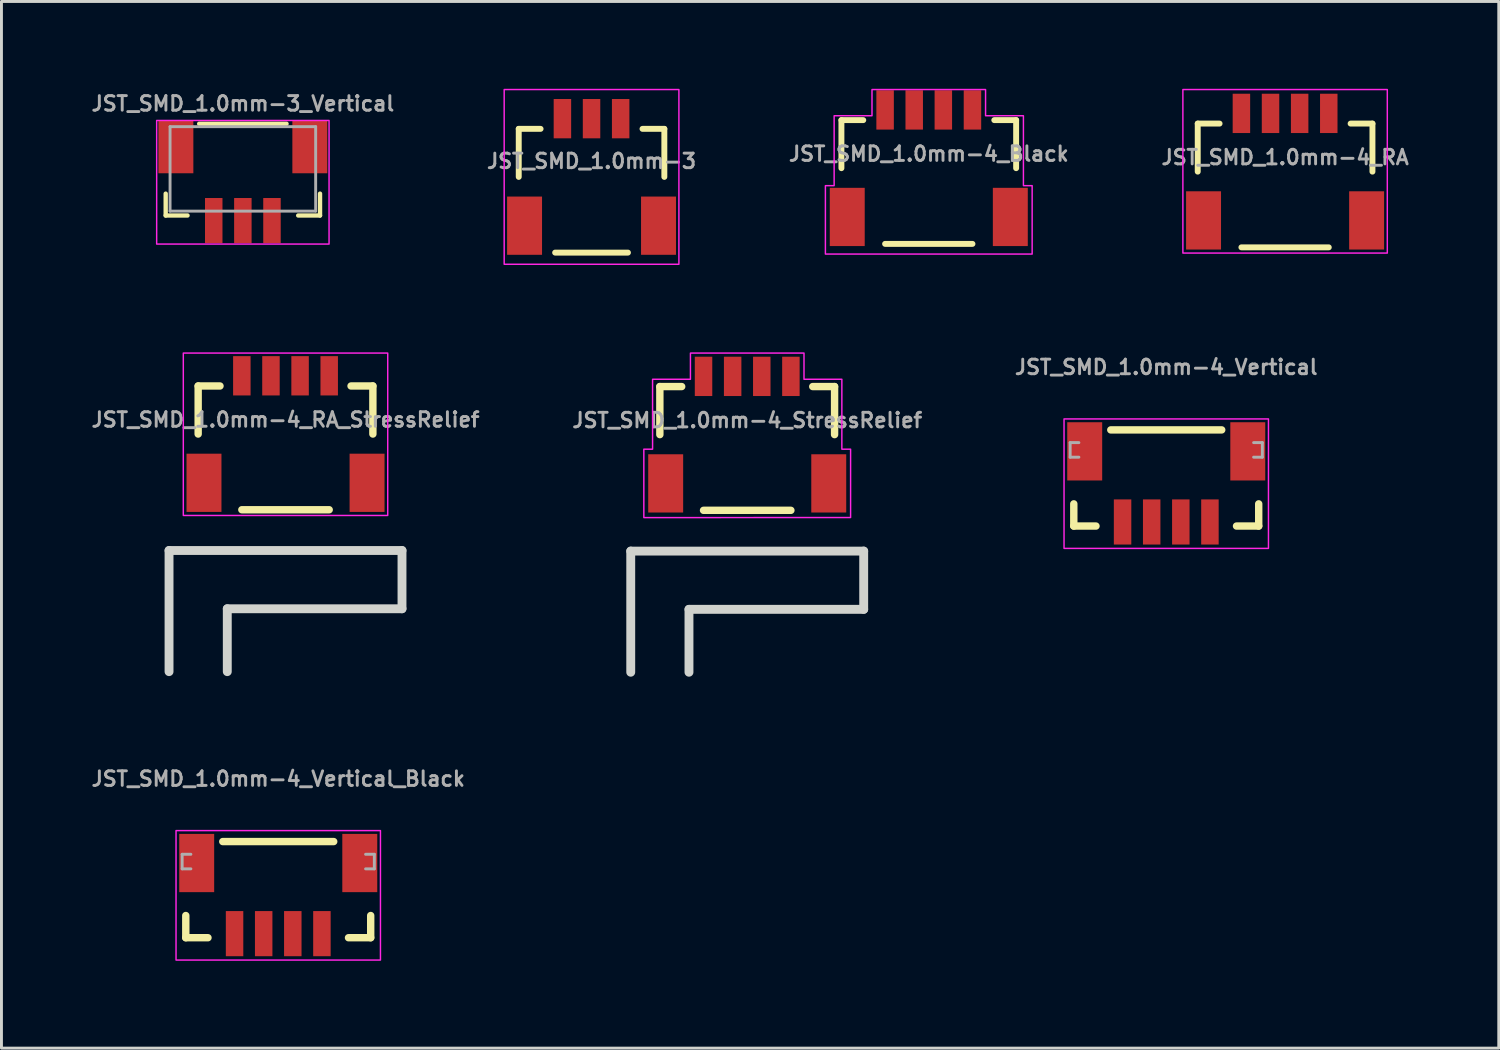
<source format=kicad_pcb>
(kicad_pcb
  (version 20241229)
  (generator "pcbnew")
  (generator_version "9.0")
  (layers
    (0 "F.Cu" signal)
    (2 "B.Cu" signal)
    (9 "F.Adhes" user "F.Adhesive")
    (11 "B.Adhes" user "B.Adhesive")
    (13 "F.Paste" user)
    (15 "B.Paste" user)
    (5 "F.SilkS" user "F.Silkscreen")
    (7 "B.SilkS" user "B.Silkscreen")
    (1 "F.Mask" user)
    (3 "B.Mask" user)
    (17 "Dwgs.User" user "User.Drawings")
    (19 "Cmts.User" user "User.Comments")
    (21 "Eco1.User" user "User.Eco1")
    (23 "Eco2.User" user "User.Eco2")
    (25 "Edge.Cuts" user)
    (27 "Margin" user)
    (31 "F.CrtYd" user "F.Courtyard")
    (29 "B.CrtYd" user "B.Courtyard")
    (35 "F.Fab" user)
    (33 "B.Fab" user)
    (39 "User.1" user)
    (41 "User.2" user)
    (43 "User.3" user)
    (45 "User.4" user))
  (footprint "JST_SMD_1.0mm-4_Vertical_Black"
    (layer "F.Cu")
    (at 6.505 27.501)
    (property "Reference" "JST_SMD_1.0mm-4_Vertical_Black" (at 0 -3.514 0) (layer "F.Fab") (effects (font (size 0.5 0.5) (thickness 0.1)) (justify bottom)))
    (attr smd)
    (fp_line (start -3.175 0.889) (end -3.175 1.651) (stroke (width 0.254) (type solid)) (layer "F.SilkS"))
    (fp_line (start -3.175 1.651) (end -2.413 1.651) (stroke (width 0.254) (type solid)) (layer "F.SilkS"))
    (fp_line (start 1.905 -1.651) (end -1.905 -1.651) (stroke (width 0.254) (type solid)) (layer "F.SilkS"))
    (fp_line (start 3.175 0.889) (end 3.175 1.651) (stroke (width 0.254) (type solid)) (layer "F.SilkS"))
    (fp_line (start 3.175 1.651) (end 2.413 1.651) (stroke (width 0.254) (type solid)) (layer "F.SilkS"))
    (fp_rect (start 3.51 -2.028) (end -3.51 2.418) (stroke (width 0.05) (type default)) (fill no) (layer "F.CrtYd"))
    (fp_line (start -3.3 -1.214) (end -3.3 -0.714) (stroke (width 0.1) (type solid)) (layer "F.Fab"))
    (fp_line (start -3.3 -0.714) (end -3 -0.714) (stroke (width 0.1) (type solid)) (layer "F.Fab"))
    (fp_line (start -3 -1.214) (end -3.3 -1.214) (stroke (width 0.1) (type solid)) (layer "F.Fab"))
    (fp_line (start 3 -0.714) (end 3.3 -0.714) (stroke (width 0.1) (type solid)) (layer "F.Fab"))
    (fp_line (start 3.3 -1.214) (end 3 -1.214) (stroke (width 0.1) (type solid)) (layer "F.Fab"))
    (fp_line (start 3.3 -0.714) (end 3.3 -1.214) (stroke (width 0.1) (type solid)) (layer "F.Fab"))
    (pad "1" smd rect (at -1.5 1.511) (size 0.6 1.55) (layers "F.Cu" "F.Mask" "F.Paste"))
    (pad "2" smd rect (at -0.5 1.511) (size 0.6 1.55) (layers "F.Cu" "F.Mask" "F.Paste"))
    (pad "3" smd rect (at 0.5 1.511) (size 0.6 1.55) (layers "F.Cu" "F.Mask" "F.Paste"))
    (pad "4" smd rect (at 1.5 1.511) (size 0.6 1.55) (layers "F.Cu" "F.Mask" "F.Paste"))
    (pad "NC1" smd rect (at -2.8 -0.914) (size 1.2 2) (layers "F.Cu" "F.Mask" "F.Paste"))
    (pad "NC2" smd rect (at 2.8 -0.914) (size 1.2 2) (layers "F.Cu" "F.Mask" "F.Paste")))
  (footprint "JST_SMD_1.0mm-4_StressRelief"
    (layer "F.Cu")
    (at 22.61 9.875)
    (property "Reference" "JST_SMD_1.0mm-4_StressRelief" (at 0 1.8 0) (layer "F.Fab") (effects (font (size 0.5 0.5) (thickness 0.1)) (justify bottom)))
    (attr smd)
    (fp_line (start -3 0.35) (end -2.25 0.35) (stroke (width 0.254) (type solid)) (layer "F.SilkS"))
    (fp_line (start -3 2) (end -3 0.35) (stroke (width 0.254) (type solid)) (layer "F.SilkS"))
    (fp_line (start -1.5 4.6) (end 1.5 4.6) (stroke (width 0.254) (type solid)) (layer "F.SilkS"))
    (fp_line (start 2.25 0.35) (end 3 0.35) (stroke (width 0.254) (type solid)) (layer "F.SilkS"))
    (fp_line (start 3 0.35) (end 3 2) (stroke (width 0.254) (type solid)) (layer "F.SilkS"))
    (fp_line (start -4 6) (end -4 10.16) (stroke (width 0.305) (type solid)) (layer "Edge.Cuts"))
    (fp_line (start -2 8) (end 4 8) (stroke (width 0.305) (type solid)) (layer "Edge.Cuts"))
    (fp_line (start -2 10.16) (end -2 8) (stroke (width 0.305) (type solid)) (layer "Edge.Cuts"))
    (fp_line (start 4 6) (end -4 6) (stroke (width 0.305) (type solid)) (layer "Edge.Cuts"))
    (fp_line (start 4 8) (end 4 6) (stroke (width 0.305) (type solid)) (layer "Edge.Cuts"))
    (fp_poly (pts (xy -3.55 4.85) (xy -3.55 2.5) (xy -3.25 2.5) (xy -3.25 0.1) (xy -1.95 0.1) (xy -1.95 -0.8) (xy 1.95 -0.8) (xy 1.95 0.1) (xy 3.25 0.1) (xy 3.25 2.5) (xy 3.55 2.5) (xy 3.55 4.847)) (stroke (width 0.05) (type solid)) (fill no) (layer "F.CrtYd"))
    (pad "1" smd rect (at -1.5 0) (size 0.6 1.35) (layers "F.Cu" "F.Mask" "F.Paste"))
    (pad "2" smd rect (at -0.5 0) (size 0.6 1.35) (layers "F.Cu" "F.Mask" "F.Paste"))
    (pad "3" smd rect (at 0.5 0) (size 0.6 1.35) (layers "F.Cu" "F.Mask" "F.Paste"))
    (pad "4" smd rect (at 1.5 0) (size 0.6 1.35) (layers "F.Cu" "F.Mask" "F.Paste"))
    (pad "NC1" smd rect (at 2.8 3.675) (size 1.2 2) (layers "F.Cu" "F.Mask" "F.Paste"))
    (pad "NC2" smd rect (at -2.8 3.675) (size 1.2 2) (layers "F.Cu" "F.Mask" "F.Paste")))
  (footprint "JST_SMD_1.0mm-4_RA"
    (layer "F.Cu")
    (at 41.081 0.844)
    (property "Reference" "JST_SMD_1.0mm-4_RA" (at 0 1.8 0) (layer "F.Fab") (effects (font (size 0.5 0.5) (thickness 0.1)) (justify bottom)))
    (fp_line (start -3 0.35) (end -2.25 0.35) (stroke (width 0.203) (type solid)) (layer "F.SilkS"))
    (fp_line (start -3 2) (end -3 0.35) (stroke (width 0.203) (type solid)) (layer "F.SilkS"))
    (fp_line (start -1.5 4.6) (end 1.5 4.6) (stroke (width 0.203) (type solid)) (layer "F.SilkS"))
    (fp_line (start 2.25 0.35) (end 3 0.35) (stroke (width 0.203) (type solid)) (layer "F.SilkS"))
    (fp_line (start 3 0.35) (end 3 2) (stroke (width 0.203) (type solid)) (layer "F.SilkS"))
    (fp_rect (start 3.51 4.797) (end -3.51 -0.819) (stroke (width 0.05) (type default)) (fill no) (layer "F.CrtYd"))
    (pad "1" smd rect (at -1.5 0) (size 0.6 1.35) (layers "F.Cu" "F.Mask" "F.Paste"))
    (pad "2" smd rect (at -0.5 0) (size 0.6 1.35) (layers "F.Cu" "F.Mask" "F.Paste"))
    (pad "3" smd rect (at 0.5 0) (size 0.6 1.35) (layers "F.Cu" "F.Mask" "F.Paste"))
    (pad "4" smd rect (at 1.5 0) (size 0.6 1.35) (layers "F.Cu" "F.Mask" "F.Paste"))
    (pad "NC1" smd rect (at 2.8 3.675) (size 1.2 2) (layers "F.Cu" "F.Mask" "F.Paste"))
    (pad "NC2" smd rect (at -2.8 3.675) (size 1.2 2) (layers "F.Cu" "F.Mask" "F.Paste")))
  (footprint "JST_SMD_1.0mm-4_Vertical"
    (layer "F.Cu")
    (at 37 13.364)
    (property "Reference" "JST_SMD_1.0mm-4_Vertical" (at 0 -3.514 0) (layer "F.Fab") (effects (font (size 0.5 0.5) (thickness 0.1)) (justify bottom)))
    (attr smd)
    (fp_line (start -3.175 0.889) (end -3.175 1.651) (stroke (width 0.254) (type solid)) (layer "F.SilkS"))
    (fp_line (start -3.175 1.651) (end -2.413 1.651) (stroke (width 0.254) (type solid)) (layer "F.SilkS"))
    (fp_line (start 1.905 -1.651) (end -1.905 -1.651) (stroke (width 0.254) (type solid)) (layer "F.SilkS"))
    (fp_line (start 3.175 0.889) (end 3.175 1.651) (stroke (width 0.254) (type solid)) (layer "F.SilkS"))
    (fp_line (start 3.175 1.651) (end 2.413 1.651) (stroke (width 0.254) (type solid)) (layer "F.SilkS"))
    (fp_rect (start 3.51 -2.028) (end -3.51 2.418) (stroke (width 0.05) (type default)) (fill no) (layer "F.CrtYd"))
    (fp_line (start -3.3 -1.214) (end -3.3 -0.714) (stroke (width 0.1) (type solid)) (layer "F.Fab"))
    (fp_line (start -3.3 -0.714) (end -3 -0.714) (stroke (width 0.1) (type solid)) (layer "F.Fab"))
    (fp_line (start -3 -1.214) (end -3.3 -1.214) (stroke (width 0.1) (type solid)) (layer "F.Fab"))
    (fp_line (start 3 -0.714) (end 3.3 -0.714) (stroke (width 0.1) (type solid)) (layer "F.Fab"))
    (fp_line (start 3.3 -1.214) (end 3 -1.214) (stroke (width 0.1) (type solid)) (layer "F.Fab"))
    (fp_line (start 3.3 -0.714) (end 3.3 -1.214) (stroke (width 0.1) (type solid)) (layer "F.Fab"))
    (pad "1" smd rect (at -1.5 1.511) (size 0.6 1.55) (layers "F.Cu" "F.Mask" "F.Paste"))
    (pad "2" smd rect (at -0.5 1.511) (size 0.6 1.55) (layers "F.Cu" "F.Mask" "F.Paste"))
    (pad "3" smd rect (at 0.5 1.511) (size 0.6 1.55) (layers "F.Cu" "F.Mask" "F.Paste"))
    (pad "4" smd rect (at 1.5 1.511) (size 0.6 1.55) (layers "F.Cu" "F.Mask" "F.Paste"))
    (pad "NC1" smd rect (at -2.8 -0.914) (size 1.2 2) (layers "F.Cu" "F.Mask" "F.Paste"))
    (pad "NC2" smd rect (at 2.8 -0.914) (size 1.2 2) (layers "F.Cu" "F.Mask" "F.Paste")))
  (footprint "JST_SMD_1.0mm-4_Black"
    (layer "F.Cu")
    (at 28.845 0.725)
    (property "Reference" "JST_SMD_1.0mm-4_Black" (at 0 1.8 0) (layer "F.Fab") (effects (font (size 0.5 0.5) (thickness 0.1)) (justify bottom)))
    (attr smd)
    (fp_line (start -3 0.35) (end -2.25 0.35) (stroke (width 0.203) (type solid)) (layer "F.SilkS"))
    (fp_line (start -3 2) (end -3 0.35) (stroke (width 0.203) (type solid)) (layer "F.SilkS"))
    (fp_line (start -1.5 4.6) (end 1.5 4.6) (stroke (width 0.203) (type solid)) (layer "F.SilkS"))
    (fp_line (start 2.25 0.35) (end 3 0.35) (stroke (width 0.203) (type solid)) (layer "F.SilkS"))
    (fp_line (start 3 0.35) (end 3 2) (stroke (width 0.203) (type solid)) (layer "F.SilkS"))
    (fp_poly (pts (xy -3.55 4.95) (xy -3.55 2.6) (xy -3.25 2.6) (xy -3.25 0.2) (xy -1.95 0.2) (xy -1.95 -0.7) (xy 1.95 -0.7) (xy 1.95 0.2) (xy 3.25 0.2) (xy 3.25 2.6) (xy 3.55 2.6) (xy 3.55 4.95)) (stroke (width 0.05) (type solid)) (fill no) (layer "F.CrtYd"))
    (pad "1" smd rect (at -1.5 0) (size 0.6 1.35) (layers "F.Cu" "F.Mask" "F.Paste"))
    (pad "2" smd rect (at -0.5 0) (size 0.6 1.35) (layers "F.Cu" "F.Mask" "F.Paste"))
    (pad "3" smd rect (at 0.5 0) (size 0.6 1.35) (layers "F.Cu" "F.Mask" "F.Paste"))
    (pad "4" smd rect (at 1.5 0) (size 0.6 1.35) (layers "F.Cu" "F.Mask" "F.Paste"))
    (pad "NC1" smd rect (at 2.8 3.675) (size 1.2 2) (layers "F.Cu" "F.Mask" "F.Paste"))
    (pad "NC2" smd rect (at -2.8 3.675) (size 1.2 2) (layers "F.Cu" "F.Mask" "F.Paste")))
  (footprint "JST_SMD_1.0mm-3_Vertical"
    (layer "F.Cu")
    (at 5.29 1.1)
    (property "Reference" "JST_SMD_1.0mm-3_Vertical" (at 0 -0.3 0) (layer "F.Fab") (effects (font (size 0.5 0.5) (thickness 0.1)) (justify bottom)))
    (attr smd)
    (fp_line (start -2.65 2.5) (end -2.65 3.25) (stroke (width 0.15) (type solid)) (layer "F.SilkS"))
    (fp_line (start -2.65 3.25) (end -1.9 3.25) (stroke (width 0.15) (type solid)) (layer "F.SilkS"))
    (fp_line (start 1.5 0.1) (end -1.5 0.1) (stroke (width 0.15) (type solid)) (layer "F.SilkS"))
    (fp_line (start 1.9 3.25) (end 2.65 3.25) (stroke (width 0.15) (type solid)) (layer "F.SilkS"))
    (fp_line (start 2.65 3.25) (end 2.65 2.5) (stroke (width 0.15) (type solid)) (layer "F.SilkS"))
    (fp_rect (start 2.96 -0.014) (end -2.96 4.232) (stroke (width 0.05) (type default)) (fill no) (layer "F.CrtYd"))
    (fp_line (start -2.5 0.2) (end 2.5 0.2) (stroke (width 0.1) (type solid)) (layer "F.Fab"))
    (fp_line (start -2.5 3.1) (end -2.5 0.2) (stroke (width 0.1) (type default)) (layer "F.Fab"))
    (fp_line (start 2.5 0.2) (end 2.5 3.1) (stroke (width 0.1) (type default)) (layer "F.Fab"))
    (fp_line (start 2.5 3.1) (end -2.5 3.1) (stroke (width 0.1) (type default)) (layer "F.Fab"))
    (pad "1" smd rect (at -1 3.425) (size 0.6 1.55) (layers "F.Cu" "F.Mask" "F.Paste"))
    (pad "2" smd rect (at 0 3.425) (size 0.6 1.55) (layers "F.Cu" "F.Mask" "F.Paste"))
    (pad "3" smd rect (at 1 3.425) (size 0.6 1.55) (layers "F.Cu" "F.Mask" "F.Paste"))
    (pad "NC1" smd rect (at -2.3 0.9) (size 1.2 1.8) (layers "F.Cu" "F.Mask" "F.Paste"))
    (pad "NC2" smd rect (at 2.3 0.9) (size 1.2 1.8) (layers "F.Cu" "F.Mask" "F.Paste")))
  (footprint "JST_SMD_1.0mm-4_RA_StressRelief"
    (layer "F.Cu")
    (at 6.755 9.855)
    (property "Reference" "JST_SMD_1.0mm-4_RA_StressRelief" (at 0 1.8 0) (layer "F.Fab") (effects (font (size 0.5 0.5) (thickness 0.1)) (justify bottom)))
    (fp_line (start -3 0.35) (end -2.25 0.35) (stroke (width 0.254) (type solid)) (layer "F.SilkS"))
    (fp_line (start -3 2) (end -3 0.35) (stroke (width 0.254) (type solid)) (layer "F.SilkS"))
    (fp_line (start -1.5 4.6) (end 1.5 4.6) (stroke (width 0.254) (type solid)) (layer "F.SilkS"))
    (fp_line (start 2.25 0.35) (end 3 0.35) (stroke (width 0.254) (type solid)) (layer "F.SilkS"))
    (fp_line (start 3 0.35) (end 3 2) (stroke (width 0.254) (type solid)) (layer "F.SilkS"))
    (fp_line (start -4 6) (end -4 10.16) (stroke (width 0.305) (type solid)) (layer "Edge.Cuts"))
    (fp_line (start -2 8) (end 4 8) (stroke (width 0.305) (type solid)) (layer "Edge.Cuts"))
    (fp_line (start -2 10.16) (end -2 8) (stroke (width 0.305) (type solid)) (layer "Edge.Cuts"))
    (fp_line (start 4 6) (end -4 6) (stroke (width 0.305) (type solid)) (layer "Edge.Cuts"))
    (fp_line (start 4 8) (end 4 6) (stroke (width 0.305) (type solid)) (layer "Edge.Cuts"))
    (fp_rect (start 3.51 4.797) (end -3.51 -0.78) (stroke (width 0.05) (type default)) (fill no) (layer "F.CrtYd"))
    (pad "1" smd rect (at -1.5 0) (size 0.6 1.35) (layers "F.Cu" "F.Mask" "F.Paste"))
    (pad "2" smd rect (at -0.5 0) (size 0.6 1.35) (layers "F.Cu" "F.Mask" "F.Paste"))
    (pad "3" smd rect (at 0.5 0) (size 0.6 1.35) (layers "F.Cu" "F.Mask" "F.Paste"))
    (pad "4" smd rect (at 1.5 0) (size 0.6 1.35) (layers "F.Cu" "F.Mask" "F.Paste"))
    (pad "NC1" smd rect (at 2.8 3.675) (size 1.2 2) (layers "F.Cu" "F.Mask" "F.Paste"))
    (pad "NC2" smd rect (at -2.8 3.675) (size 1.2 2) (layers "F.Cu" "F.Mask" "F.Paste")))
  (footprint "JST_SMD_1.0mm-3"
    (layer "F.Cu")
    (at 17.264 1.025)
    (property "Reference" "JST_SMD_1.0mm-3" (at 0 1.75 0) (layer "F.Fab") (effects (font (size 0.5 0.5) (thickness 0.1)) (justify bottom)))
    (attr smd)
    (fp_line (start -2.5 0.35) (end -1.75 0.35) (stroke (width 0.203) (type solid)) (layer "F.SilkS"))
    (fp_line (start -2.5 2) (end -2.5 0.35) (stroke (width 0.203) (type solid)) (layer "F.SilkS"))
    (fp_line (start -1.25 4.6) (end 1.25 4.6) (stroke (width 0.203) (type solid)) (layer "F.SilkS"))
    (fp_line (start 1.75 0.35) (end 2.5 0.35) (stroke (width 0.203) (type solid)) (layer "F.SilkS"))
    (fp_line (start 2.5 0.35) (end 2.5 2) (stroke (width 0.203) (type solid)) (layer "F.SilkS"))
    (fp_rect (start 3 5) (end -3 -1) (stroke (width 0.05) (type default)) (fill no) (layer "F.CrtYd"))
    (pad "1" smd rect (at -1 0) (size 0.6 1.35) (layers "F.Cu" "F.Mask" "F.Paste"))
    (pad "2" smd rect (at 0 0) (size 0.6 1.35) (layers "F.Cu" "F.Mask" "F.Paste"))
    (pad "3" smd rect (at 1 0) (size 0.6 1.35) (layers "F.Cu" "F.Mask" "F.Paste"))
    (pad "NC1" smd rect (at 2.3 3.675) (size 1.2 2) (layers "F.Cu" "F.Mask" "F.Paste"))
    (pad "NC2" smd rect (at -2.3 3.675) (size 1.2 2) (layers "F.Cu" "F.Mask" "F.Paste")))
  (gr_rect
    (start -3 -3)
    (end 48.419 32.944)
    (stroke (width 0.1) (type default))
    (fill no)
    (layer "Edge.Cuts")))
</source>
